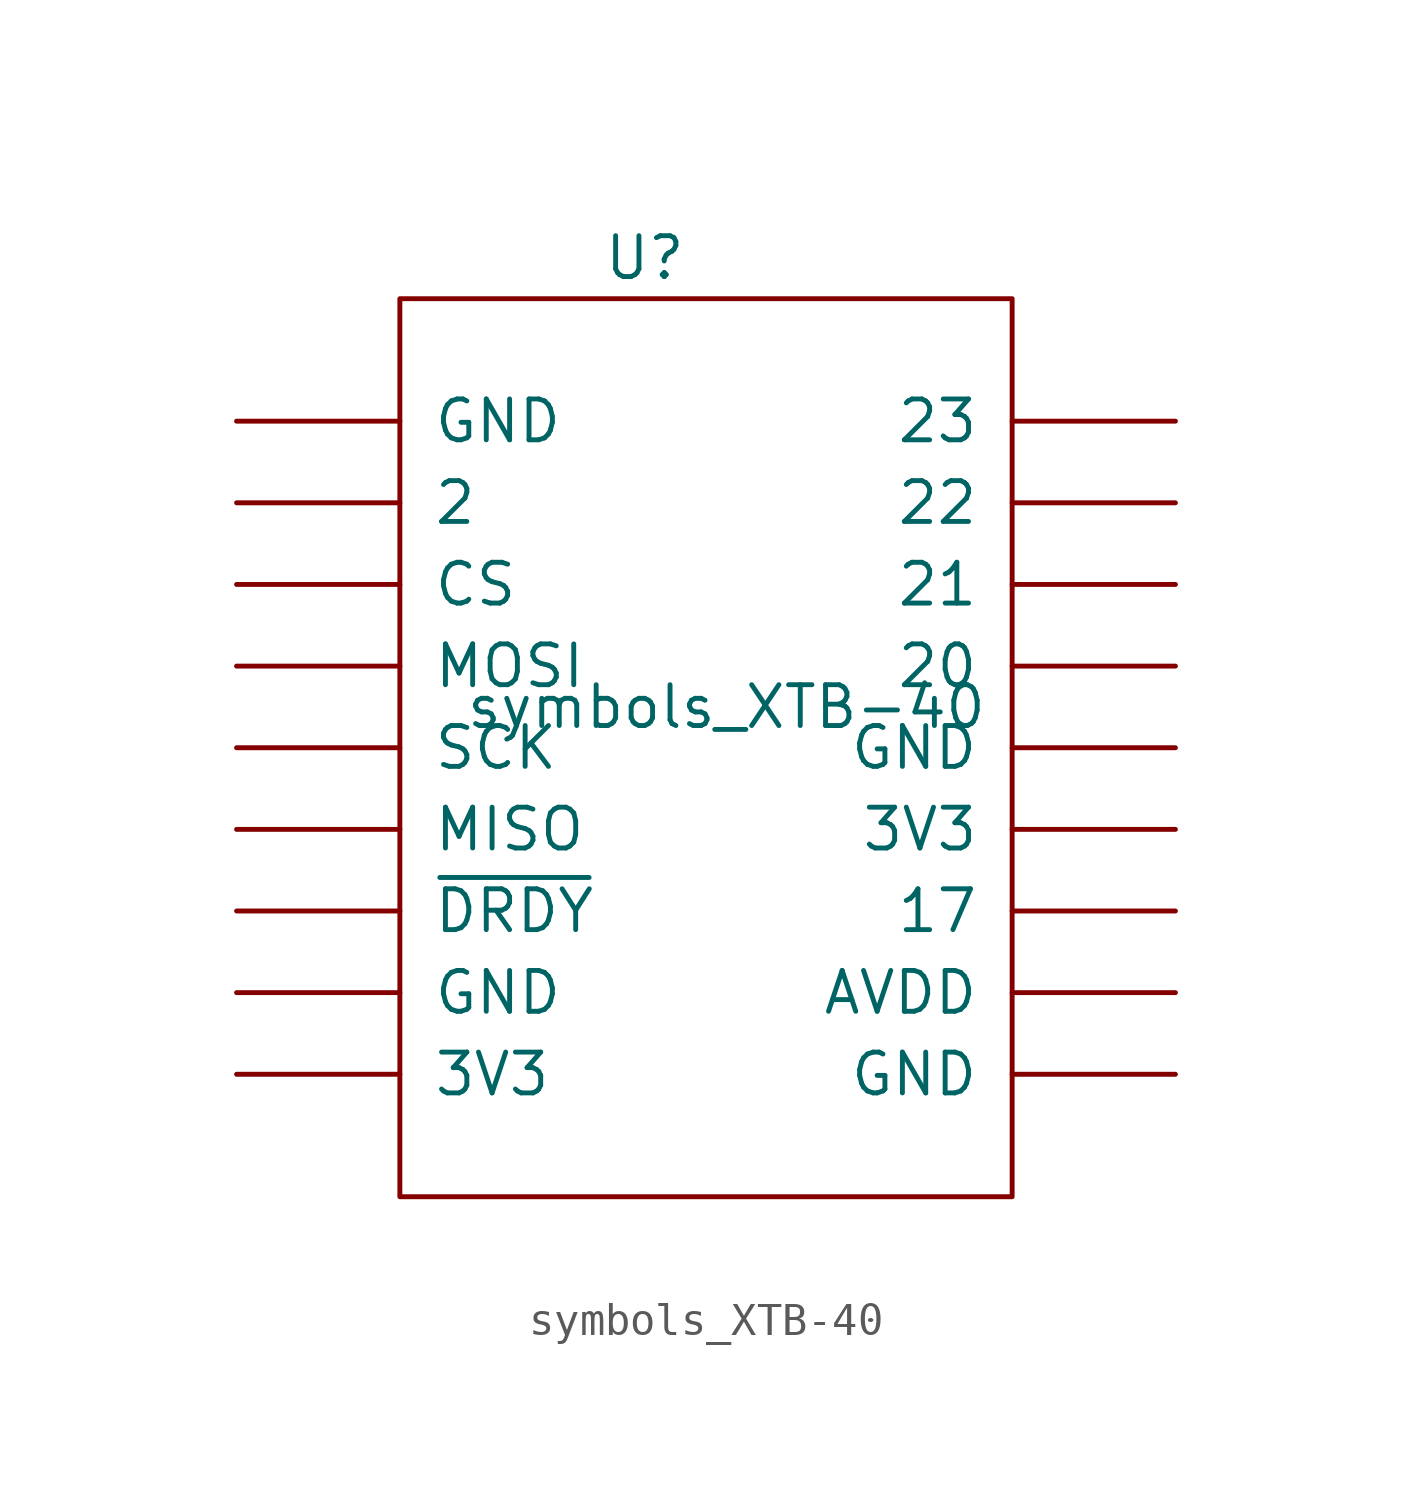
<source format=kicad_sym>
(kicad_symbol_lib
  (version 20231120)
  (generator "kicad_symbol_editor")
  (generator_version "8.0")
  (symbol "symbols_XTB-40"
    (pin_names
      (offset 1.016))
    (property "Reference" "U"
      (at -2.54 13.97 0)
      (effects (font (size 1.27 1.27))))
    (property "Value" "symbols_XTB-40"
      (at 0 0 0)
      (effects (font (size 1.27 1.27))))
    (symbol "symbols_XTB-40_1_0"
      (pin bidirectional line (at -15.24 8.89 0) (length 5.08) (name "GND" (effects (font (size 1.27 1.27)))) (number "1" (effects (font (size 0 0))))))
    (symbol "symbols_XTB-40_1_1"
      (rectangle (start -10.16 12.7) (end 8.89 -15.24) (stroke (width 0) (type solid)) (fill (type none)))
      (pin bidirectional line (at 13.97 -11.43 180) (length 5.08) hide (name "GND" (effects (font (size 1.27 1.27)))) (number "10" (effects (font (size 0 0)))))
      (pin bidirectional line (at 13.97 -8.89 180) (length 5.08) hide (name "AVDD" (effects (font (size 1.27 1.27)))) (number "11" (effects (font (size 0 0)))))
      (pin bidirectional line (at 13.97 -11.43 180) (length 5.08) (name "GND" (effects (font (size 1.27 1.27)))) (number "15" (effects (font (size 0 0)))))
      (pin bidirectional line (at 13.97 -8.89 180) (length 5.08) (name "AVDD" (effects (font (size 1.27 1.27)))) (number "16" (effects (font (size 0 0)))))
      (pin bidirectional line (at 13.97 -6.35 180) (length 5.08) (name "17" (effects (font (size 1.27 1.27)))) (number "17" (effects (font (size 0 0)))))
      (pin bidirectional line (at 13.97 -3.81 180) (length 5.08) (name "3V3" (effects (font (size 1.27 1.27)))) (number "18" (effects (font (size 0 0)))))
      (pin bidirectional line (at 13.97 -1.27 180) (length 5.08) (name "GND" (effects (font (size 1.27 1.27)))) (number "19" (effects (font (size 0 0)))))
      (pin bidirectional line (at -15.24 6.35 0) (length 5.08) (name "2" (effects (font (size 1.27 1.27)))) (number "2" (effects (font (size 0 0)))))
      (pin bidirectional line (at 13.97 1.27 180) (length 5.08) (name "20" (effects (font (size 1.27 1.27)))) (number "20" (effects (font (size 0 0)))))
      (pin bidirectional line (at 13.97 3.81 180) (length 5.08) (name "21" (effects (font (size 1.27 1.27)))) (number "21" (effects (font (size 0 0)))))
      (pin bidirectional line (at 13.97 6.35 180) (length 5.08) (name "22" (effects (font (size 1.27 1.27)))) (number "22" (effects (font (size 0 0)))))
      (pin bidirectional line (at 13.97 8.89 180) (length 5.08) (name "23" (effects (font (size 1.27 1.27)))) (number "23" (effects (font (size 0 0)))))
      (pin bidirectional line (at -15.24 3.81 0) (length 5.08) (name "CS" (effects (font (size 1.27 1.27)))) (number "3" (effects (font (size 0 0)))))
      (pin bidirectional line (at -15.24 1.27 0) (length 5.08) (name "MOSI" (effects (font (size 1.27 1.27)))) (number "4" (effects (font (size 0 0)))))
      (pin bidirectional line (at -15.24 -1.27 0) (length 5.08) (name "SCK" (effects (font (size 1.27 1.27)))) (number "5" (effects (font (size 0 0)))))
      (pin bidirectional line (at -15.24 -3.81 0) (length 5.08) (name "MISO" (effects (font (size 1.27 1.27)))) (number "6" (effects (font (size 0 0)))))
      (pin bidirectional line (at -15.24 -6.35 0) (length 5.08) (name "~{DRDY}" (effects (font (size 1.27 1.27)))) (number "7" (effects (font (size 0 0)))))
      (pin bidirectional line (at -15.24 -8.89 0) (length 5.08) (name "GND" (effects (font (size 1.27 1.27)))) (number "8" (effects (font (size 0 0)))))
      (pin bidirectional line (at -15.24 -11.43 0) (length 5.08) (name "3V3" (effects (font (size 1.27 1.27)))) (number "9" (effects (font (size 0 0))))))))
</source>
